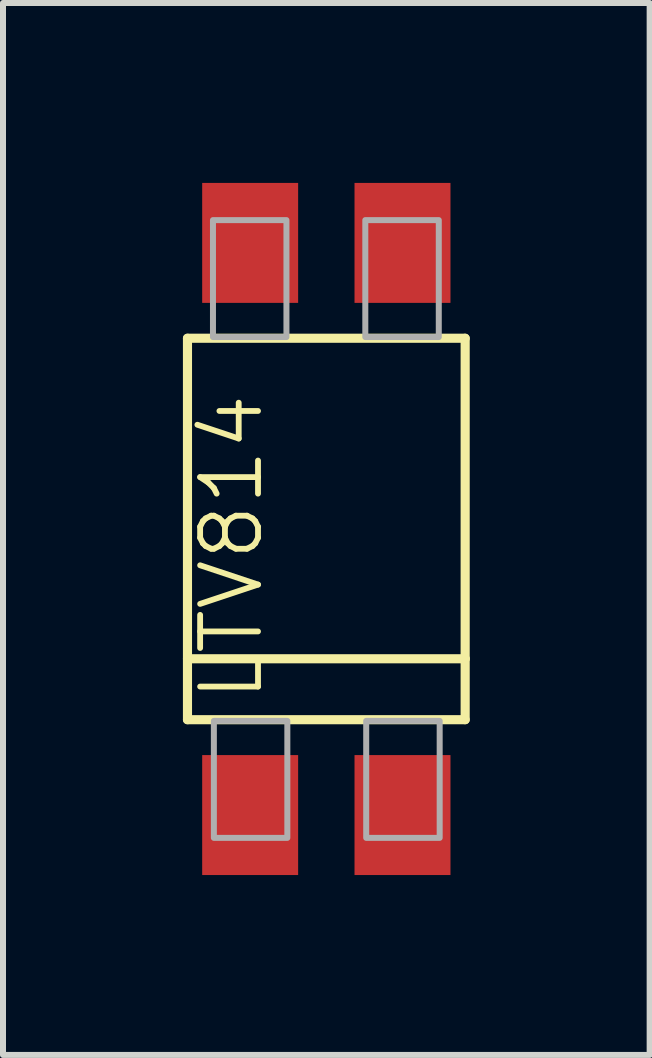
<source format=kicad_pcb>
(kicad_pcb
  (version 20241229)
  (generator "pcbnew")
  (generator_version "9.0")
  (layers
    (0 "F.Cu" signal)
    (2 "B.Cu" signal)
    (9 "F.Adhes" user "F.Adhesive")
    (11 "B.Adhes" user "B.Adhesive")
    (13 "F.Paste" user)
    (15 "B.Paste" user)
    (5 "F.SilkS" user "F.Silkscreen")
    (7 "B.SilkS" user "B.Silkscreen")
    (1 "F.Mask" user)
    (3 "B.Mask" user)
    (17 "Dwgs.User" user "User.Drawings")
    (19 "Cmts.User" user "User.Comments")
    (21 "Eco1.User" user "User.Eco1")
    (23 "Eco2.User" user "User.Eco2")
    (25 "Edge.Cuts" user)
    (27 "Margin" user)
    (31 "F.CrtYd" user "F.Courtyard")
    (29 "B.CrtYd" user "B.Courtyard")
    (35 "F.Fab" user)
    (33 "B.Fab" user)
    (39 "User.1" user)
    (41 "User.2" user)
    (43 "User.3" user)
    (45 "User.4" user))
  (footprint "LTV814"
    (layer "F.Cu")
    (at 2.391 5.77)
    (property "Reference" "LTV814" (at -1.016 2.921 90) (layer "F.SilkS") (effects (font (size 0.965 0.965) (thickness 0.097)) (justify left bottom)))
    (attr through_hole)
    (fp_line (start -2.315 -3.18) (end 2.315 -3.18) (stroke (width 0.152) (type solid)) (layer "F.SilkS"))
    (fp_line (start -2.315 3.18) (end -2.315 -3.18) (stroke (width 0.152) (type solid)) (layer "F.SilkS"))
    (fp_line (start 2.315 -3.18) (end 2.315 2.164) (stroke (width 0.152) (type solid)) (layer "F.SilkS"))
    (fp_line (start 2.315 2.164) (end -2.315 2.164) (stroke (width 0.152) (type solid)) (layer "F.SilkS"))
    (fp_line (start 2.315 2.164) (end 2.315 3.18) (stroke (width 0.152) (type solid)) (layer "F.SilkS"))
    (fp_line (start 2.315 3.18) (end -2.315 3.18) (stroke (width 0.152) (type solid)) (layer "F.SilkS"))
    (fp_poly (pts (xy -1.875 5.15) (xy -0.65 5.15) (xy -0.65 3.2) (xy -1.875 3.2)) (stroke (width 0.1) (type solid)) (fill no) (layer "F.Fab"))
    (fp_poly (pts (xy -0.665 -5.15) (xy -1.89 -5.15) (xy -1.89 -3.2) (xy -0.665 -3.2)) (stroke (width 0.1) (type solid)) (fill no) (layer "F.Fab"))
    (fp_poly (pts (xy 0.665 5.15) (xy 1.89 5.15) (xy 1.89 3.2) (xy 0.665 3.2)) (stroke (width 0.1) (type solid)) (fill no) (layer "F.Fab"))
    (fp_poly (pts (xy 1.875 -5.15) (xy 0.65 -5.15) (xy 0.65 -3.2) (xy 1.875 -3.2)) (stroke (width 0.1) (type solid)) (fill no) (layer "F.Fab"))
    (pad "1" smd rect (at -1.27 4.77) (size 1.6 2) (layers "F.Cu" "F.Mask" "F.Paste"))
    (pad "2" smd rect (at 1.27 4.77) (size 1.6 2) (layers "F.Cu" "F.Mask" "F.Paste"))
    (pad "3" smd rect (at 1.27 -4.77 180) (size 1.6 2) (layers "F.Cu" "F.Mask" "F.Paste"))
    (pad "4" smd rect (at -1.27 -4.77 180) (size 1.6 2) (layers "F.Cu" "F.Mask" "F.Paste")))
  (gr_rect
    (start -3 -3)
    (end 7.782 14.54)
    (stroke (width 0.1) (type default))
    (fill no)
    (layer "Edge.Cuts")))
</source>
